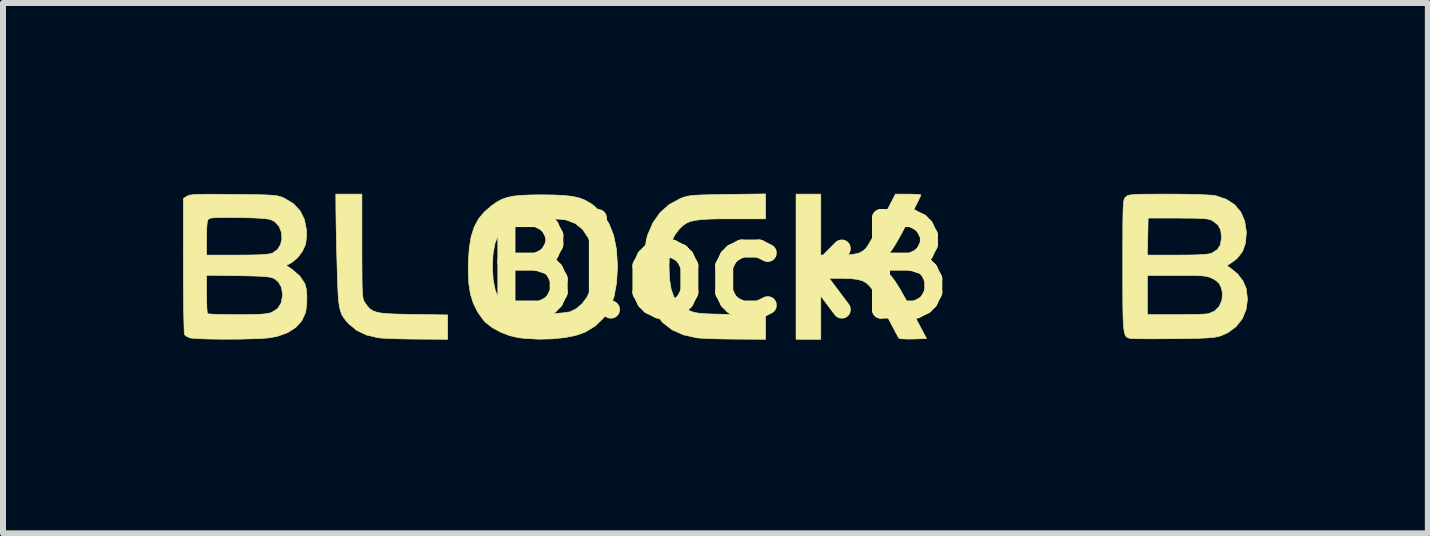
<source format=kicad_pcb>
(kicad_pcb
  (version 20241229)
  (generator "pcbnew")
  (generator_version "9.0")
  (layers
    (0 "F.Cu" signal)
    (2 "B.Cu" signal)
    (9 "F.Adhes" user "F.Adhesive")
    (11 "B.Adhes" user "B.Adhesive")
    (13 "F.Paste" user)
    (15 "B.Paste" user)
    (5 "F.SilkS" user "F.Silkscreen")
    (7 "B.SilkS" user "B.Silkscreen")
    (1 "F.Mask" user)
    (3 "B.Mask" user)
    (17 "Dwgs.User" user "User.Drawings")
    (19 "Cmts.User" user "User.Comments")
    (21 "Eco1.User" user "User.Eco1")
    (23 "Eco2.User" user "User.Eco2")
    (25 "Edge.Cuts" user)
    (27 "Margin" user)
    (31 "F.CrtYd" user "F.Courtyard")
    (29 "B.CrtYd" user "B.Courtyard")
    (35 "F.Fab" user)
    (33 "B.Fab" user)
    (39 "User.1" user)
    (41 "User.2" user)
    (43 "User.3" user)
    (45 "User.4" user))
  (footprint "BlockB"
    (layer "F.Cu")
    (at 8.907 1.418)
    (property "Reference" "BlockB" (at 0 0 0) (layer "F.SilkS") (effects (font (size 1.524 1.524) (thickness 0.3))))
    (attr through_hole)
    (fp_poly (pts (xy -5.927 -0.366) (xy -5.927 -0.139) (xy -5.926 0.046) (xy -5.925 0.192) (xy -5.923 0.305) (xy -5.92 0.39) (xy -5.916 0.452) (xy -5.909 0.497) (xy -5.901 0.529) (xy -5.89 0.553) (xy -5.876 0.575) (xy -5.872 0.582) (xy -5.834 0.634) (xy -5.796 0.676) (xy -5.751 0.707) (xy -5.692 0.73) (xy -5.614 0.747) (xy -5.511 0.757) (xy -5.375 0.764) (xy -5.202 0.768) (xy -5.074 0.77) (xy -4.499 0.779) (xy -4.499 1.185) (xy -5.001 1.182) (xy -5.164 1.18) (xy -5.319 1.177) (xy -5.458 1.172) (xy -5.571 1.167) (xy -5.646 1.161) (xy -5.652 1.16) (xy -5.847 1.115) (xy -6.013 1.037) (xy -6.143 0.93) (xy -6.193 0.875) (xy -6.232 0.824) (xy -6.263 0.771) (xy -6.286 0.709) (xy -6.303 0.633) (xy -6.316 0.536) (xy -6.325 0.411) (xy -6.332 0.252) (xy -6.338 0.052) (xy -6.34 0) (xy -6.345 -0.191) (xy -6.35 -0.385) (xy -6.354 -0.569) (xy -6.357 -0.735) (xy -6.359 -0.87) (xy -6.36 -0.937) (xy -6.362 -1.234) (xy -5.927 -1.234) (xy -5.927 -0.366)) (stroke (width 0.01) (type solid)) (fill yes) (layer "F.SilkS"))
    (fp_poly (pts (xy 0.798 -0.822) (xy 0.246 -0.822) (xy 0.034 -0.822) (xy -0.136 -0.818) (xy -0.27 -0.81) (xy -0.375 -0.797) (xy -0.456 -0.778) (xy -0.521 -0.75) (xy -0.575 -0.714) (xy -0.624 -0.667) (xy -0.648 -0.641) (xy -0.713 -0.555) (xy -0.759 -0.463) (xy -0.789 -0.353) (xy -0.805 -0.216) (xy -0.81 -0.042) (xy -0.81 -0.024) (xy -0.802 0.181) (xy -0.776 0.346) (xy -0.73 0.477) (xy -0.66 0.579) (xy -0.565 0.658) (xy -0.478 0.704) (xy -0.435 0.722) (xy -0.393 0.736) (xy -0.343 0.746) (xy -0.28 0.754) (xy -0.197 0.76) (xy -0.085 0.764) (xy 0.062 0.767) (xy 0.224 0.77) (xy 0.798 0.779) (xy 0.798 1.185) (xy 0.296 1.182) (xy 0.135 1.18) (xy -0.021 1.177) (xy -0.159 1.172) (xy -0.27 1.167) (xy -0.345 1.161) (xy -0.351 1.16) (xy -0.571 1.111) (xy -0.759 1.027) (xy -0.917 0.905) (xy -1.044 0.747) (xy -1.142 0.549) (xy -1.177 0.448) (xy -1.201 0.331) (xy -1.217 0.181) (xy -1.223 0.012) (xy -1.22 -0.162) (xy -1.209 -0.326) (xy -1.189 -0.468) (xy -1.168 -0.55) (xy -1.079 -0.756) (xy -0.96 -0.925) (xy -0.809 -1.059) (xy -0.624 -1.159) (xy -0.608 -1.166) (xy -0.564 -1.182) (xy -0.519 -1.195) (xy -0.468 -1.205) (xy -0.403 -1.213) (xy -0.317 -1.218) (xy -0.205 -1.222) (xy -0.059 -1.225) (xy 0.128 -1.228) (xy 0.163 -1.229) (xy 0.798 -1.237) (xy 0.798 -0.822)) (stroke (width 0.01) (type solid)) (fill yes) (layer "F.SilkS"))
    (fp_poly (pts (xy 1.718 -0.218) (xy 1.994 -0.218) (xy 2.145 -0.22) (xy 2.257 -0.23) (xy 2.34 -0.247) (xy 2.404 -0.276) (xy 2.459 -0.318) (xy 2.462 -0.321) (xy 2.49 -0.358) (xy 2.535 -0.431) (xy 2.593 -0.531) (xy 2.66 -0.653) (xy 2.731 -0.787) (xy 2.739 -0.803) (xy 2.962 -1.234) (xy 3.174 -1.234) (xy 3.269 -1.232) (xy 3.342 -1.228) (xy 3.382 -1.222) (xy 3.387 -1.219) (xy 3.376 -1.194) (xy 3.347 -1.133) (xy 3.302 -1.042) (xy 3.246 -0.929) (xy 3.18 -0.799) (xy 3.168 -0.776) (xy 3.066 -0.579) (xy 2.978 -0.424) (xy 2.902 -0.303) (xy 2.834 -0.214) (xy 2.771 -0.151) (xy 2.709 -0.109) (xy 2.707 -0.108) (xy 2.659 -0.078) (xy 2.637 -0.054) (xy 2.637 -0.052) (xy 2.657 -0.032) (xy 2.707 -0.003) (xy 2.733 0.009) (xy 2.791 0.04) (xy 2.847 0.085) (xy 2.904 0.149) (xy 2.967 0.235) (xy 3.039 0.35) (xy 3.123 0.499) (xy 3.224 0.685) (xy 3.239 0.716) (xy 3.48 1.173) (xy 3.26 1.18) (xy 3.161 1.181) (xy 3.081 1.178) (xy 3.031 1.172) (xy 3.022 1.168) (xy 3.005 1.141) (xy 2.97 1.079) (xy 2.922 0.987) (xy 2.863 0.875) (xy 2.804 0.762) (xy 2.735 0.631) (xy 2.667 0.509) (xy 2.607 0.406) (xy 2.558 0.331) (xy 2.531 0.296) (xy 2.478 0.247) (xy 2.416 0.212) (xy 2.338 0.189) (xy 2.234 0.176) (xy 2.095 0.17) (xy 2.002 0.169) (xy 1.718 0.169) (xy 1.718 1.185) (xy 1.306 1.185) (xy 1.306 -1.234) (xy 1.718 -1.234) (xy 1.718 -0.218)) (stroke (width 0.01) (type solid)) (fill yes) (layer "F.SilkS"))
    (fp_poly (pts (xy -2.721 -1.219) (xy -2.554 -1.211) (xy -2.42 -1.196) (xy -2.31 -1.171) (xy -2.216 -1.136) (xy -2.13 -1.088) (xy -2.065 -1.043) (xy -1.922 -0.909) (xy -1.812 -0.746) (xy -1.734 -0.55) (xy -1.687 -0.321) (xy -1.67 -0.056) (xy -1.669 -0.026) (xy -1.684 0.242) (xy -1.726 0.473) (xy -1.799 0.668) (xy -1.902 0.83) (xy -2.036 0.961) (xy -2.204 1.063) (xy -2.212 1.067) (xy -2.361 1.12) (xy -2.547 1.157) (xy -2.759 1.178) (xy -2.987 1.183) (xy -3.221 1.169) (xy -3.314 1.159) (xy -3.464 1.125) (xy -3.616 1.067) (xy -3.755 0.99) (xy -3.866 0.904) (xy -3.903 0.864) (xy -4 0.728) (xy -4.071 0.585) (xy -4.12 0.428) (xy -4.147 0.248) (xy -4.156 0.035) (xy -4.155 -0.024) (xy -3.753 -0.024) (xy -3.74 0.197) (xy -3.703 0.378) (xy -3.638 0.521) (xy -3.545 0.63) (xy -3.422 0.706) (xy -3.268 0.751) (xy -3.186 0.76) (xy -3.071 0.764) (xy -2.938 0.764) (xy -2.798 0.76) (xy -2.664 0.752) (xy -2.55 0.742) (xy -2.469 0.729) (xy -2.455 0.725) (xy -2.352 0.673) (xy -2.254 0.587) (xy -2.174 0.479) (xy -2.127 0.373) (xy -2.109 0.278) (xy -2.097 0.143) (xy -2.093 -0.027) (xy -2.092 -0.06) (xy -2.093 -0.192) (xy -2.096 -0.287) (xy -2.104 -0.356) (xy -2.117 -0.412) (xy -2.138 -0.466) (xy -2.16 -0.512) (xy -2.251 -0.647) (xy -2.37 -0.744) (xy -2.517 -0.801) (xy -2.575 -0.811) (xy -2.649 -0.817) (xy -2.758 -0.82) (xy -2.886 -0.821) (xy -3.019 -0.819) (xy -3.027 -0.819) (xy -3.16 -0.815) (xy -3.256 -0.809) (xy -3.324 -0.801) (xy -3.376 -0.787) (xy -3.423 -0.767) (xy -3.467 -0.742) (xy -3.574 -0.659) (xy -3.655 -0.551) (xy -3.71 -0.413) (xy -3.742 -0.24) (xy -3.753 -0.027) (xy -3.753 -0.024) (xy -4.155 -0.024) (xy -4.154 -0.109) (xy -4.138 -0.338) (xy -4.107 -0.528) (xy -4.056 -0.686) (xy -3.984 -0.821) (xy -3.886 -0.938) (xy -3.763 -1.044) (xy -3.68 -1.102) (xy -3.598 -1.146) (xy -3.509 -1.178) (xy -3.405 -1.2) (xy -3.277 -1.213) (xy -3.117 -1.22) (xy -2.927 -1.222) (xy -2.721 -1.219)) (stroke (width 0.01) (type solid)) (fill yes) (layer "F.SilkS"))
    (fp_poly (pts (xy 7.7 -1.233) (xy 7.877 -1.23) (xy 8.032 -1.226) (xy 8.159 -1.22) (xy 8.251 -1.214) (xy 8.294 -1.208) (xy 8.47 -1.15) (xy 8.611 -1.059) (xy 8.715 -0.937) (xy 8.781 -0.786) (xy 8.808 -0.608) (xy 8.808 -0.583) (xy 8.793 -0.414) (xy 8.744 -0.277) (xy 8.659 -0.167) (xy 8.588 -0.111) (xy 8.483 -0.04) (xy 8.541 -0.003) (xy 8.662 0.095) (xy 8.753 0.214) (xy 8.806 0.339) (xy 8.827 0.521) (xy 8.804 0.69) (xy 8.741 0.843) (xy 8.639 0.972) (xy 8.503 1.074) (xy 8.388 1.125) (xy 8.343 1.138) (xy 8.29 1.149) (xy 8.223 1.157) (xy 8.137 1.163) (xy 8.023 1.168) (xy 7.877 1.171) (xy 7.691 1.174) (xy 7.596 1.175) (xy 7.419 1.176) (xy 7.255 1.177) (xy 7.113 1.176) (xy 6.997 1.175) (xy 6.917 1.173) (xy 6.877 1.17) (xy 6.876 1.17) (xy 6.847 1.163) (xy 6.823 1.153) (xy 6.803 1.135) (xy 6.787 1.107) (xy 6.775 1.063) (xy 6.766 1) (xy 6.759 0.914) (xy 6.754 0.8) (xy 6.751 0.654) (xy 6.75 0.473) (xy 6.749 0.252) (xy 6.749 0.121) (xy 7.16 0.121) (xy 7.16 0.774) (xy 7.629 0.774) (xy 7.78 0.773) (xy 7.919 0.771) (xy 8.037 0.768) (xy 8.125 0.764) (xy 8.174 0.759) (xy 8.174 0.759) (xy 8.277 0.716) (xy 8.355 0.639) (xy 8.401 0.538) (xy 8.411 0.422) (xy 8.392 0.328) (xy 8.357 0.256) (xy 8.303 0.206) (xy 8.25 0.175) (xy 8.21 0.157) (xy 8.171 0.143) (xy 8.123 0.133) (xy 8.059 0.127) (xy 7.973 0.123) (xy 7.855 0.121) (xy 7.698 0.121) (xy 7.651 0.121) (xy 7.16 0.121) (xy 6.749 0.121) (xy 6.749 -0.013) (xy 6.749 -0.042) (xy 6.749 -0.218) (xy 7.159 -0.218) (xy 7.656 -0.218) (xy 7.844 -0.219) (xy 7.99 -0.222) (xy 8.098 -0.228) (xy 8.174 -0.236) (xy 8.225 -0.248) (xy 8.234 -0.251) (xy 8.322 -0.306) (xy 8.374 -0.385) (xy 8.394 -0.496) (xy 8.394 -0.52) (xy 8.381 -0.635) (xy 8.337 -0.719) (xy 8.256 -0.784) (xy 8.241 -0.792) (xy 8.209 -0.807) (xy 8.167 -0.818) (xy 8.109 -0.825) (xy 8.028 -0.83) (xy 7.917 -0.833) (xy 7.768 -0.834) (xy 7.668 -0.835) (xy 7.172 -0.835) (xy 7.166 -0.526) (xy 7.159 -0.218) (xy 6.749 -0.218) (xy 6.749 -0.3) (xy 6.75 -0.515) (xy 6.75 -0.69) (xy 6.752 -0.83) (xy 6.754 -0.939) (xy 6.757 -1.021) (xy 6.761 -1.08) (xy 6.767 -1.122) (xy 6.774 -1.15) (xy 6.783 -1.168) (xy 6.794 -1.182) (xy 6.798 -1.185) (xy 6.814 -1.2) (xy 6.835 -1.211) (xy 6.867 -1.219) (xy 6.915 -1.225) (xy 6.986 -1.229) (xy 7.083 -1.232) (xy 7.215 -1.233) (xy 7.385 -1.234) (xy 7.51 -1.234) (xy 7.7 -1.233)) (stroke (width 0.01) (type solid)) (fill yes) (layer "F.SilkS"))
    (fp_poly (pts (xy -8.287 -1.231) (xy -8.081 -1.229) (xy -8.063 -1.229) (xy -7.857 -1.227) (xy -7.692 -1.225) (xy -7.564 -1.222) (xy -7.467 -1.218) (xy -7.394 -1.212) (xy -7.339 -1.205) (xy -7.296 -1.195) (xy -7.259 -1.183) (xy -7.223 -1.167) (xy -7.221 -1.166) (xy -7.068 -1.074) (xy -6.957 -0.956) (xy -6.885 -0.812) (xy -6.852 -0.642) (xy -6.85 -0.541) (xy -6.859 -0.442) (xy -6.868 -0.393) (xy -6.918 -0.282) (xy -6.997 -0.177) (xy -7.092 -0.097) (xy -7.117 -0.082) (xy -7.188 -0.046) (xy -7.091 0.02) (xy -6.964 0.129) (xy -6.881 0.253) (xy -6.87 0.279) (xy -6.852 0.36) (xy -6.844 0.468) (xy -6.846 0.588) (xy -6.859 0.698) (xy -6.869 0.746) (xy -6.929 0.877) (xy -7.029 0.987) (xy -7.167 1.075) (xy -7.337 1.136) (xy -7.458 1.159) (xy -7.542 1.167) (xy -7.658 1.174) (xy -7.798 1.178) (xy -7.955 1.182) (xy -8.119 1.183) (xy -8.282 1.183) (xy -8.437 1.181) (xy -8.576 1.177) (xy -8.689 1.172) (xy -8.769 1.165) (xy -8.805 1.158) (xy -8.857 1.13) (xy -8.883 1.106) (xy -8.887 1.076) (xy -8.89 1.003) (xy -8.893 0.892) (xy -8.896 0.747) (xy -8.899 0.573) (xy -8.9 0.43) (xy -8.515 0.43) (xy -8.514 0.548) (xy -8.511 0.648) (xy -8.506 0.721) (xy -8.5 0.756) (xy -8.499 0.758) (xy -8.471 0.763) (xy -8.402 0.767) (xy -8.3 0.771) (xy -8.172 0.773) (xy -8.027 0.774) (xy -8.004 0.774) (xy -7.828 0.773) (xy -7.693 0.771) (xy -7.592 0.766) (xy -7.517 0.758) (xy -7.462 0.747) (xy -7.426 0.735) (xy -7.331 0.673) (xy -7.272 0.58) (xy -7.249 0.456) (xy -7.249 0.441) (xy -7.267 0.318) (xy -7.322 0.225) (xy -7.389 0.173) (xy -7.422 0.159) (xy -7.468 0.149) (xy -7.532 0.141) (xy -7.623 0.135) (xy -7.747 0.13) (xy -7.91 0.127) (xy -7.989 0.125) (xy -8.515 0.118) (xy -8.515 0.43) (xy -8.9 0.43) (xy -8.9 0.376) (xy -8.901 0.159) (xy -8.902 -0.042) (xy -8.902 -0.505) (xy -8.515 -0.505) (xy -8.515 -0.218) (xy -8.006 -0.218) (xy -7.818 -0.219) (xy -7.673 -0.222) (xy -7.564 -0.227) (xy -7.486 -0.235) (xy -7.433 -0.246) (xy -7.415 -0.252) (xy -7.334 -0.31) (xy -7.282 -0.394) (xy -7.26 -0.494) (xy -7.268 -0.597) (xy -7.306 -0.693) (xy -7.374 -0.77) (xy -7.406 -0.79) (xy -7.442 -0.806) (xy -7.487 -0.818) (xy -7.55 -0.826) (xy -7.637 -0.833) (xy -7.756 -0.838) (xy -7.914 -0.842) (xy -7.966 -0.842) (xy -8.147 -0.845) (xy -8.284 -0.844) (xy -8.382 -0.841) (xy -8.445 -0.834) (xy -8.477 -0.823) (xy -8.48 -0.822) (xy -8.496 -0.797) (xy -8.506 -0.749) (xy -8.512 -0.671) (xy -8.515 -0.554) (xy -8.515 -0.505) (xy -8.902 -0.505) (xy -8.902 -1.16) (xy -8.843 -1.198) (xy -8.821 -1.21) (xy -8.789 -1.218) (xy -8.741 -1.225) (xy -8.673 -1.229) (xy -8.578 -1.231) (xy -8.451 -1.232) (xy -8.287 -1.231)) (stroke (width 0.01) (type solid)) (fill yes) (layer "F.SilkS")))
  (gr_rect
    (start -3 -3)
    (end 20.739 5.836)
    (stroke (width 0.1) (type default))
    (fill no)
    (layer "Edge.Cuts")))
</source>
